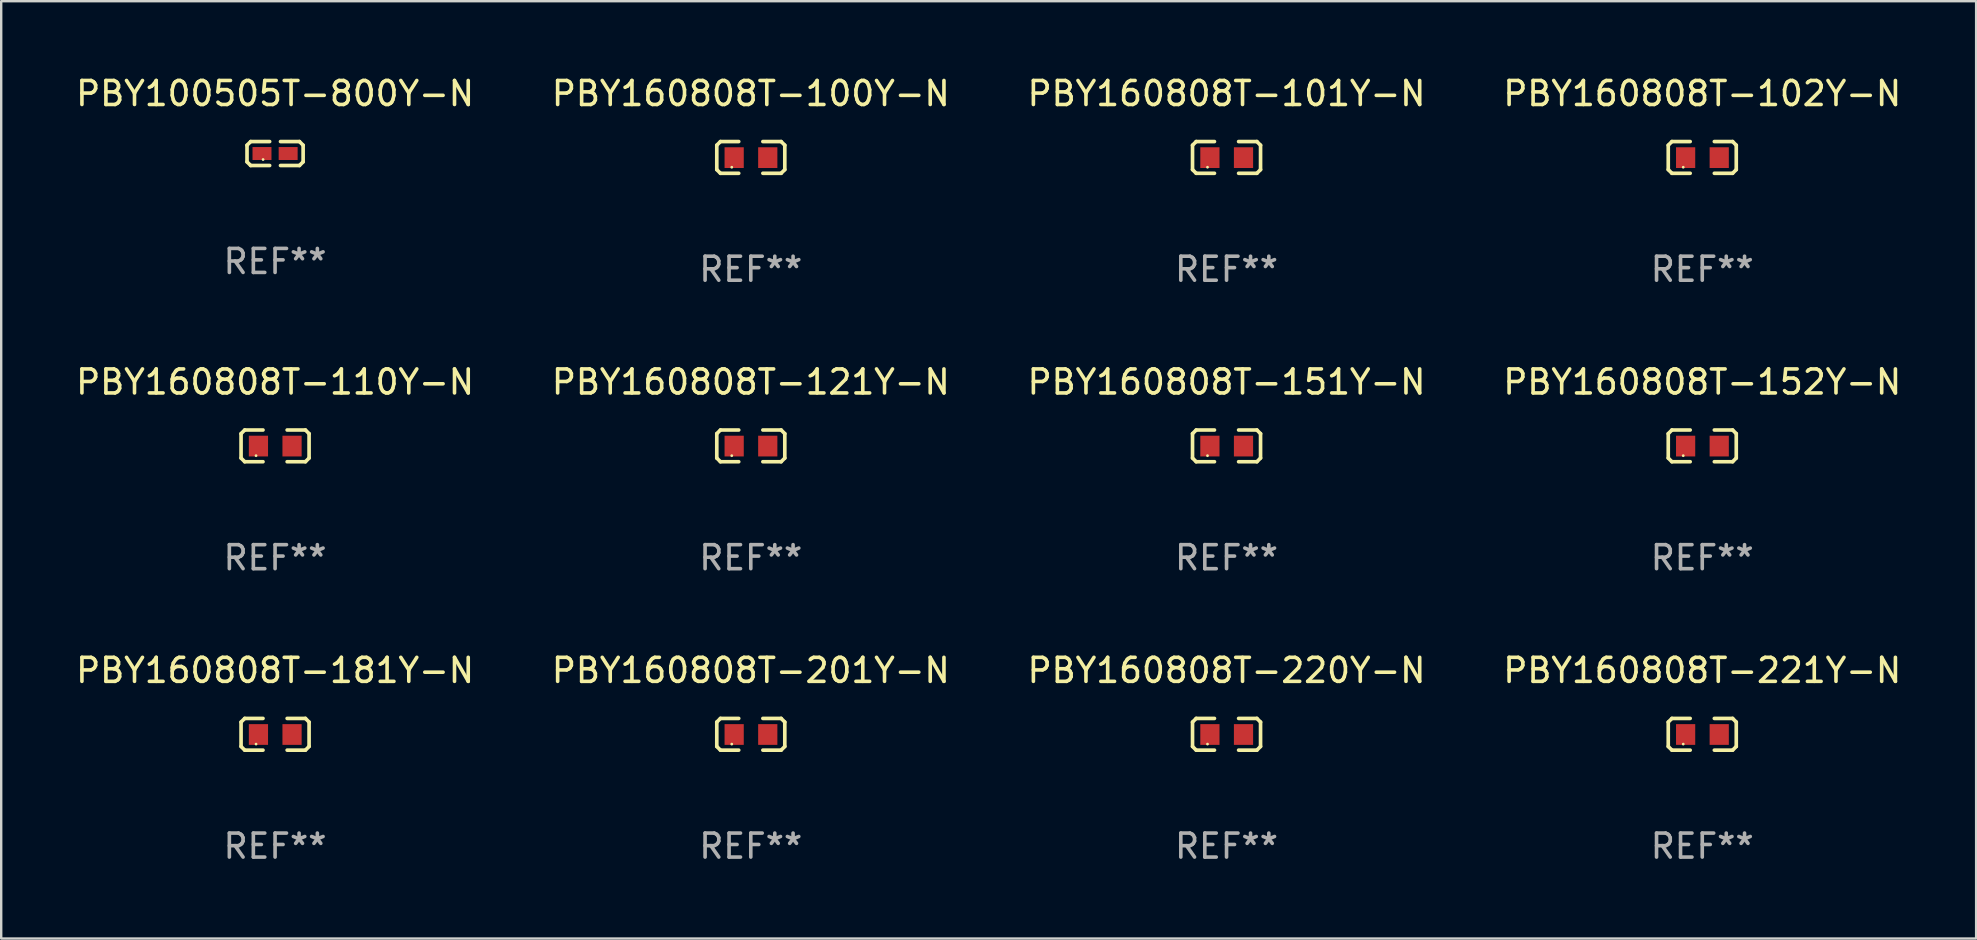
<source format=kicad_pcb>
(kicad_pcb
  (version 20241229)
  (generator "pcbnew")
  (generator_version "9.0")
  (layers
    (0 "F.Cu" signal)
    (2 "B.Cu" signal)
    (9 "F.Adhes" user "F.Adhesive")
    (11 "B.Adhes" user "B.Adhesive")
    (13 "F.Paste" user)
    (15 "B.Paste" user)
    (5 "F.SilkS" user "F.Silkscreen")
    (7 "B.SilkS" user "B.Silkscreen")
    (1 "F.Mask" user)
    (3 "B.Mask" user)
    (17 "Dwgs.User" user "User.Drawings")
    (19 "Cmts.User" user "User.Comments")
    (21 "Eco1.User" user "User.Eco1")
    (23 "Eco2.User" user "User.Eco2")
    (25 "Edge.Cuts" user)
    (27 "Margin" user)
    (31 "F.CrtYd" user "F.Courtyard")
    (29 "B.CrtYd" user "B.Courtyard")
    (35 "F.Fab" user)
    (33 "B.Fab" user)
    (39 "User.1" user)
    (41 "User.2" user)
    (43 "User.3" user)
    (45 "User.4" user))
  (footprint "PBY160808T-110Y-N"
    (layer "F.Cu")
    (at 8.411 15.527)
    (property "Reference" "PBY160808T-110Y-N" (at 0 -2.661 0) (layer "F.SilkS") (effects (font (size 1 1) (thickness 0.15))))
    (attr through_hole)
    (fp_line (start -1.417 -0.508) (end -1.265 -0.661) (stroke (width 0.152) (type solid)) (layer "F.SilkS"))
    (fp_line (start -1.417 0.508) (end -1.417 -0.508) (stroke (width 0.152) (type solid)) (layer "F.SilkS"))
    (fp_line (start -1.265 -0.661) (end -0.503 -0.661) (stroke (width 0.152) (type solid)) (layer "F.SilkS"))
    (fp_line (start -1.265 0.661) (end -1.417 0.508) (stroke (width 0.152) (type solid)) (layer "F.SilkS"))
    (fp_line (start -1.265 0.661) (end -0.503 0.661) (stroke (width 0.152) (type solid)) (layer "F.SilkS"))
    (fp_line (start 1.265 -0.661) (end 0.503 -0.661) (stroke (width 0.152) (type solid)) (layer "F.SilkS"))
    (fp_line (start 1.265 -0.661) (end 1.417 -0.508) (stroke (width 0.152) (type solid)) (layer "F.SilkS"))
    (fp_line (start 1.265 0.661) (end 0.503 0.661) (stroke (width 0.152) (type solid)) (layer "F.SilkS"))
    (fp_line (start 1.417 -0.508) (end 1.417 0.508) (stroke (width 0.152) (type solid)) (layer "F.SilkS"))
    (fp_line (start 1.417 0.508) (end 1.265 0.661) (stroke (width 0.152) (type solid)) (layer "F.SilkS"))
    (fp_circle (center -0.793 0.409) (end -0.763 0.409) (stroke (width 0.06) (type solid)) (fill no) (layer "F.SilkS"))
    (fp_text user "REF**" (at 0 4.661 0) (layer "F.Fab") (effects (font (size 1 1) (thickness 0.15))))
    (pad "1" smd rect (at -0.693 0.009 180) (size 0.8 0.864) (layers "F.Cu" "F.Mask" "F.Paste"))
    (pad "2" smd rect (at 0.707 0.009 180) (size 0.8 0.864) (layers "F.Cu" "F.Mask" "F.Paste")))
  (footprint "PBY160808T-220Y-N"
    (layer "F.Cu")
    (at 48.054 27.544)
    (property "Reference" "PBY160808T-220Y-N" (at 0 -2.661 0) (layer "F.SilkS") (effects (font (size 1 1) (thickness 0.15))))
    (attr through_hole)
    (fp_line (start -1.417 -0.508) (end -1.265 -0.661) (stroke (width 0.152) (type solid)) (layer "F.SilkS"))
    (fp_line (start -1.417 0.508) (end -1.417 -0.508) (stroke (width 0.152) (type solid)) (layer "F.SilkS"))
    (fp_line (start -1.265 -0.661) (end -0.503 -0.661) (stroke (width 0.152) (type solid)) (layer "F.SilkS"))
    (fp_line (start -1.265 0.661) (end -1.417 0.508) (stroke (width 0.152) (type solid)) (layer "F.SilkS"))
    (fp_line (start -1.265 0.661) (end -0.503 0.661) (stroke (width 0.152) (type solid)) (layer "F.SilkS"))
    (fp_line (start 1.265 -0.661) (end 0.503 -0.661) (stroke (width 0.152) (type solid)) (layer "F.SilkS"))
    (fp_line (start 1.265 -0.661) (end 1.417 -0.508) (stroke (width 0.152) (type solid)) (layer "F.SilkS"))
    (fp_line (start 1.265 0.661) (end 0.503 0.661) (stroke (width 0.152) (type solid)) (layer "F.SilkS"))
    (fp_line (start 1.417 -0.508) (end 1.417 0.508) (stroke (width 0.152) (type solid)) (layer "F.SilkS"))
    (fp_line (start 1.417 0.508) (end 1.265 0.661) (stroke (width 0.152) (type solid)) (layer "F.SilkS"))
    (fp_circle (center -0.793 0.409) (end -0.763 0.409) (stroke (width 0.06) (type solid)) (fill no) (layer "F.SilkS"))
    (fp_text user "REF**" (at 0 4.661 0) (layer "F.Fab") (effects (font (size 1 1) (thickness 0.15))))
    (pad "1" smd rect (at -0.693 0.009 180) (size 0.8 0.864) (layers "F.Cu" "F.Mask" "F.Paste"))
    (pad "2" smd rect (at 0.707 0.009 180) (size 0.8 0.864) (layers "F.Cu" "F.Mask" "F.Paste")))
  (footprint "PBY160808T-151Y-N"
    (layer "F.Cu")
    (at 48.054 15.527)
    (property "Reference" "PBY160808T-151Y-N" (at 0 -2.661 0) (layer "F.SilkS") (effects (font (size 1 1) (thickness 0.15))))
    (attr through_hole)
    (fp_line (start -1.417 -0.508) (end -1.265 -0.661) (stroke (width 0.152) (type solid)) (layer "F.SilkS"))
    (fp_line (start -1.417 0.508) (end -1.417 -0.508) (stroke (width 0.152) (type solid)) (layer "F.SilkS"))
    (fp_line (start -1.265 -0.661) (end -0.503 -0.661) (stroke (width 0.152) (type solid)) (layer "F.SilkS"))
    (fp_line (start -1.265 0.661) (end -1.417 0.508) (stroke (width 0.152) (type solid)) (layer "F.SilkS"))
    (fp_line (start -1.265 0.661) (end -0.503 0.661) (stroke (width 0.152) (type solid)) (layer "F.SilkS"))
    (fp_line (start 1.265 -0.661) (end 0.503 -0.661) (stroke (width 0.152) (type solid)) (layer "F.SilkS"))
    (fp_line (start 1.265 -0.661) (end 1.417 -0.508) (stroke (width 0.152) (type solid)) (layer "F.SilkS"))
    (fp_line (start 1.265 0.661) (end 0.503 0.661) (stroke (width 0.152) (type solid)) (layer "F.SilkS"))
    (fp_line (start 1.417 -0.508) (end 1.417 0.508) (stroke (width 0.152) (type solid)) (layer "F.SilkS"))
    (fp_line (start 1.417 0.508) (end 1.265 0.661) (stroke (width 0.152) (type solid)) (layer "F.SilkS"))
    (fp_circle (center -0.793 0.409) (end -0.763 0.409) (stroke (width 0.06) (type solid)) (fill no) (layer "F.SilkS"))
    (fp_text user "REF**" (at 0 4.661 0) (layer "F.Fab") (effects (font (size 1 1) (thickness 0.15))))
    (pad "1" smd rect (at -0.693 0.009 180) (size 0.8 0.864) (layers "F.Cu" "F.Mask" "F.Paste"))
    (pad "2" smd rect (at 0.707 0.009 180) (size 0.8 0.864) (layers "F.Cu" "F.Mask" "F.Paste")))
  (footprint "PBY160808T-181Y-N"
    (layer "F.Cu")
    (at 8.411 27.544)
    (property "Reference" "PBY160808T-181Y-N" (at 0 -2.661 0) (layer "F.SilkS") (effects (font (size 1 1) (thickness 0.15))))
    (attr through_hole)
    (fp_line (start -1.417 -0.508) (end -1.265 -0.661) (stroke (width 0.152) (type solid)) (layer "F.SilkS"))
    (fp_line (start -1.417 0.508) (end -1.417 -0.508) (stroke (width 0.152) (type solid)) (layer "F.SilkS"))
    (fp_line (start -1.265 -0.661) (end -0.503 -0.661) (stroke (width 0.152) (type solid)) (layer "F.SilkS"))
    (fp_line (start -1.265 0.661) (end -1.417 0.508) (stroke (width 0.152) (type solid)) (layer "F.SilkS"))
    (fp_line (start -1.265 0.661) (end -0.503 0.661) (stroke (width 0.152) (type solid)) (layer "F.SilkS"))
    (fp_line (start 1.265 -0.661) (end 0.503 -0.661) (stroke (width 0.152) (type solid)) (layer "F.SilkS"))
    (fp_line (start 1.265 -0.661) (end 1.417 -0.508) (stroke (width 0.152) (type solid)) (layer "F.SilkS"))
    (fp_line (start 1.265 0.661) (end 0.503 0.661) (stroke (width 0.152) (type solid)) (layer "F.SilkS"))
    (fp_line (start 1.417 -0.508) (end 1.417 0.508) (stroke (width 0.152) (type solid)) (layer "F.SilkS"))
    (fp_line (start 1.417 0.508) (end 1.265 0.661) (stroke (width 0.152) (type solid)) (layer "F.SilkS"))
    (fp_circle (center -0.793 0.409) (end -0.763 0.409) (stroke (width 0.06) (type solid)) (fill no) (layer "F.SilkS"))
    (fp_text user "REF**" (at 0 4.661 0) (layer "F.Fab") (effects (font (size 1 1) (thickness 0.15))))
    (pad "1" smd rect (at -0.693 0.009 180) (size 0.8 0.864) (layers "F.Cu" "F.Mask" "F.Paste"))
    (pad "2" smd rect (at 0.707 0.009 180) (size 0.8 0.864) (layers "F.Cu" "F.Mask" "F.Paste")))
  (footprint "PBY160808T-152Y-N"
    (layer "F.Cu")
    (at 67.875 15.527)
    (property "Reference" "PBY160808T-152Y-N" (at 0 -2.661 0) (layer "F.SilkS") (effects (font (size 1 1) (thickness 0.15))))
    (attr through_hole)
    (fp_line (start -1.417 -0.508) (end -1.265 -0.661) (stroke (width 0.152) (type solid)) (layer "F.SilkS"))
    (fp_line (start -1.417 0.508) (end -1.417 -0.508) (stroke (width 0.152) (type solid)) (layer "F.SilkS"))
    (fp_line (start -1.265 -0.661) (end -0.503 -0.661) (stroke (width 0.152) (type solid)) (layer "F.SilkS"))
    (fp_line (start -1.265 0.661) (end -1.417 0.508) (stroke (width 0.152) (type solid)) (layer "F.SilkS"))
    (fp_line (start -1.265 0.661) (end -0.503 0.661) (stroke (width 0.152) (type solid)) (layer "F.SilkS"))
    (fp_line (start 1.265 -0.661) (end 0.503 -0.661) (stroke (width 0.152) (type solid)) (layer "F.SilkS"))
    (fp_line (start 1.265 -0.661) (end 1.417 -0.508) (stroke (width 0.152) (type solid)) (layer "F.SilkS"))
    (fp_line (start 1.265 0.661) (end 0.503 0.661) (stroke (width 0.152) (type solid)) (layer "F.SilkS"))
    (fp_line (start 1.417 -0.508) (end 1.417 0.508) (stroke (width 0.152) (type solid)) (layer "F.SilkS"))
    (fp_line (start 1.417 0.508) (end 1.265 0.661) (stroke (width 0.152) (type solid)) (layer "F.SilkS"))
    (fp_circle (center -0.793 0.409) (end -0.763 0.409) (stroke (width 0.06) (type solid)) (fill no) (layer "F.SilkS"))
    (fp_text user "REF**" (at 0 4.661 0) (layer "F.Fab") (effects (font (size 1 1) (thickness 0.15))))
    (pad "1" smd rect (at -0.693 0.009 180) (size 0.8 0.864) (layers "F.Cu" "F.Mask" "F.Paste"))
    (pad "2" smd rect (at 0.707 0.009 180) (size 0.8 0.864) (layers "F.Cu" "F.Mask" "F.Paste")))
  (footprint "PBY100505T-800Y-N"
    (layer "F.Cu")
    (at 8.411 3.347)
    (property "Reference" "PBY100505T-800Y-N" (at 0 -2.499 0) (layer "F.SilkS") (effects (font (size 1 1) (thickness 0.15))))
    (attr through_hole)
    (fp_line (start -1.169 -0.346) (end -1.016 -0.499) (stroke (width 0.152) (type solid)) (layer "F.SilkS"))
    (fp_line (start -1.169 0.346) (end -1.169 -0.346) (stroke (width 0.152) (type solid)) (layer "F.SilkS"))
    (fp_line (start -1.016 -0.499) (end -0.226 -0.499) (stroke (width 0.152) (type solid)) (layer "F.SilkS"))
    (fp_line (start -1.016 0.499) (end -1.169 0.346) (stroke (width 0.152) (type solid)) (layer "F.SilkS"))
    (fp_line (start -0.226 0.499) (end -1.016 0.499) (stroke (width 0.152) (type solid)) (layer "F.SilkS"))
    (fp_line (start 0.226 0.499) (end 1.016 0.499) (stroke (width 0.152) (type solid)) (layer "F.SilkS"))
    (fp_line (start 1.016 -0.499) (end 0.226 -0.499) (stroke (width 0.152) (type solid)) (layer "F.SilkS"))
    (fp_line (start 1.016 0.499) (end 1.169 0.346) (stroke (width 0.152) (type solid)) (layer "F.SilkS"))
    (fp_line (start 1.169 -0.346) (end 1.016 -0.499) (stroke (width 0.152) (type solid)) (layer "F.SilkS"))
    (fp_line (start 1.169 0.346) (end 1.169 -0.346) (stroke (width 0.152) (type solid)) (layer "F.SilkS"))
    (fp_circle (center -0.5 0.25) (end -0.47 0.25) (stroke (width 0.06) (type solid)) (fill no) (layer "F.SilkS"))
    (fp_text user "REF**" (at 0 4.499 0) (layer "F.Fab") (effects (font (size 1 1) (thickness 0.15))))
    (pad "1" smd rect (at -0.545 0) (size 0.79 0.54) (layers "F.Cu" "F.Mask" "F.Paste"))
    (pad "2" smd rect (at 0.545 0) (size 0.79 0.54) (layers "F.Cu" "F.Mask" "F.Paste")))
  (footprint "PBY160808T-121Y-N"
    (layer "F.Cu")
    (at 28.232 15.527)
    (property "Reference" "PBY160808T-121Y-N" (at 0 -2.661 0) (layer "F.SilkS") (effects (font (size 1 1) (thickness 0.15))))
    (attr through_hole)
    (fp_line (start -1.417 -0.508) (end -1.265 -0.661) (stroke (width 0.152) (type solid)) (layer "F.SilkS"))
    (fp_line (start -1.417 0.508) (end -1.417 -0.508) (stroke (width 0.152) (type solid)) (layer "F.SilkS"))
    (fp_line (start -1.265 -0.661) (end -0.503 -0.661) (stroke (width 0.152) (type solid)) (layer "F.SilkS"))
    (fp_line (start -1.265 0.661) (end -1.417 0.508) (stroke (width 0.152) (type solid)) (layer "F.SilkS"))
    (fp_line (start -1.265 0.661) (end -0.503 0.661) (stroke (width 0.152) (type solid)) (layer "F.SilkS"))
    (fp_line (start 1.265 -0.661) (end 0.503 -0.661) (stroke (width 0.152) (type solid)) (layer "F.SilkS"))
    (fp_line (start 1.265 -0.661) (end 1.417 -0.508) (stroke (width 0.152) (type solid)) (layer "F.SilkS"))
    (fp_line (start 1.265 0.661) (end 0.503 0.661) (stroke (width 0.152) (type solid)) (layer "F.SilkS"))
    (fp_line (start 1.417 -0.508) (end 1.417 0.508) (stroke (width 0.152) (type solid)) (layer "F.SilkS"))
    (fp_line (start 1.417 0.508) (end 1.265 0.661) (stroke (width 0.152) (type solid)) (layer "F.SilkS"))
    (fp_circle (center -0.793 0.409) (end -0.763 0.409) (stroke (width 0.06) (type solid)) (fill no) (layer "F.SilkS"))
    (fp_text user "REF**" (at 0 4.661 0) (layer "F.Fab") (effects (font (size 1 1) (thickness 0.15))))
    (pad "1" smd rect (at -0.693 0.009 180) (size 0.8 0.864) (layers "F.Cu" "F.Mask" "F.Paste"))
    (pad "2" smd rect (at 0.707 0.009 180) (size 0.8 0.864) (layers "F.Cu" "F.Mask" "F.Paste")))
  (footprint "PBY160808T-221Y-N"
    (layer "F.Cu")
    (at 67.875 27.544)
    (property "Reference" "PBY160808T-221Y-N" (at 0 -2.661 0) (layer "F.SilkS") (effects (font (size 1 1) (thickness 0.15))))
    (attr through_hole)
    (fp_line (start -1.417 -0.508) (end -1.265 -0.661) (stroke (width 0.152) (type solid)) (layer "F.SilkS"))
    (fp_line (start -1.417 0.508) (end -1.417 -0.508) (stroke (width 0.152) (type solid)) (layer "F.SilkS"))
    (fp_line (start -1.265 -0.661) (end -0.503 -0.661) (stroke (width 0.152) (type solid)) (layer "F.SilkS"))
    (fp_line (start -1.265 0.661) (end -1.417 0.508) (stroke (width 0.152) (type solid)) (layer "F.SilkS"))
    (fp_line (start -1.265 0.661) (end -0.503 0.661) (stroke (width 0.152) (type solid)) (layer "F.SilkS"))
    (fp_line (start 1.265 -0.661) (end 0.503 -0.661) (stroke (width 0.152) (type solid)) (layer "F.SilkS"))
    (fp_line (start 1.265 -0.661) (end 1.417 -0.508) (stroke (width 0.152) (type solid)) (layer "F.SilkS"))
    (fp_line (start 1.265 0.661) (end 0.503 0.661) (stroke (width 0.152) (type solid)) (layer "F.SilkS"))
    (fp_line (start 1.417 -0.508) (end 1.417 0.508) (stroke (width 0.152) (type solid)) (layer "F.SilkS"))
    (fp_line (start 1.417 0.508) (end 1.265 0.661) (stroke (width 0.152) (type solid)) (layer "F.SilkS"))
    (fp_circle (center -0.793 0.409) (end -0.763 0.409) (stroke (width 0.06) (type solid)) (fill no) (layer "F.SilkS"))
    (fp_text user "REF**" (at 0 4.661 0) (layer "F.Fab") (effects (font (size 1 1) (thickness 0.15))))
    (pad "1" smd rect (at -0.693 0.009 180) (size 0.8 0.864) (layers "F.Cu" "F.Mask" "F.Paste"))
    (pad "2" smd rect (at 0.707 0.009 180) (size 0.8 0.864) (layers "F.Cu" "F.Mask" "F.Paste")))
  (footprint "PBY160808T-101Y-N"
    (layer "F.Cu")
    (at 48.054 3.509)
    (property "Reference" "PBY160808T-101Y-N" (at 0 -2.661 0) (layer "F.SilkS") (effects (font (size 1 1) (thickness 0.15))))
    (attr through_hole)
    (fp_line (start -1.417 -0.508) (end -1.265 -0.661) (stroke (width 0.152) (type solid)) (layer "F.SilkS"))
    (fp_line (start -1.417 0.508) (end -1.417 -0.508) (stroke (width 0.152) (type solid)) (layer "F.SilkS"))
    (fp_line (start -1.265 -0.661) (end -0.503 -0.661) (stroke (width 0.152) (type solid)) (layer "F.SilkS"))
    (fp_line (start -1.265 0.661) (end -1.417 0.508) (stroke (width 0.152) (type solid)) (layer "F.SilkS"))
    (fp_line (start -1.265 0.661) (end -0.503 0.661) (stroke (width 0.152) (type solid)) (layer "F.SilkS"))
    (fp_line (start 1.265 -0.661) (end 0.503 -0.661) (stroke (width 0.152) (type solid)) (layer "F.SilkS"))
    (fp_line (start 1.265 -0.661) (end 1.417 -0.508) (stroke (width 0.152) (type solid)) (layer "F.SilkS"))
    (fp_line (start 1.265 0.661) (end 0.503 0.661) (stroke (width 0.152) (type solid)) (layer "F.SilkS"))
    (fp_line (start 1.417 -0.508) (end 1.417 0.508) (stroke (width 0.152) (type solid)) (layer "F.SilkS"))
    (fp_line (start 1.417 0.508) (end 1.265 0.661) (stroke (width 0.152) (type solid)) (layer "F.SilkS"))
    (fp_circle (center -0.793 0.409) (end -0.763 0.409) (stroke (width 0.06) (type solid)) (fill no) (layer "F.SilkS"))
    (fp_text user "REF**" (at 0 4.661 0) (layer "F.Fab") (effects (font (size 1 1) (thickness 0.15))))
    (pad "1" smd rect (at -0.693 0.009 180) (size 0.8 0.864) (layers "F.Cu" "F.Mask" "F.Paste"))
    (pad "2" smd rect (at 0.707 0.009 180) (size 0.8 0.864) (layers "F.Cu" "F.Mask" "F.Paste")))
  (footprint "PBY160808T-100Y-N"
    (layer "F.Cu")
    (at 28.232 3.509)
    (property "Reference" "PBY160808T-100Y-N" (at 0 -2.661 0) (layer "F.SilkS") (effects (font (size 1 1) (thickness 0.15))))
    (attr through_hole)
    (fp_line (start -1.417 -0.508) (end -1.265 -0.661) (stroke (width 0.152) (type solid)) (layer "F.SilkS"))
    (fp_line (start -1.417 0.508) (end -1.417 -0.508) (stroke (width 0.152) (type solid)) (layer "F.SilkS"))
    (fp_line (start -1.265 -0.661) (end -0.503 -0.661) (stroke (width 0.152) (type solid)) (layer "F.SilkS"))
    (fp_line (start -1.265 0.661) (end -1.417 0.508) (stroke (width 0.152) (type solid)) (layer "F.SilkS"))
    (fp_line (start -1.265 0.661) (end -0.503 0.661) (stroke (width 0.152) (type solid)) (layer "F.SilkS"))
    (fp_line (start 1.265 -0.661) (end 0.503 -0.661) (stroke (width 0.152) (type solid)) (layer "F.SilkS"))
    (fp_line (start 1.265 -0.661) (end 1.417 -0.508) (stroke (width 0.152) (type solid)) (layer "F.SilkS"))
    (fp_line (start 1.265 0.661) (end 0.503 0.661) (stroke (width 0.152) (type solid)) (layer "F.SilkS"))
    (fp_line (start 1.417 -0.508) (end 1.417 0.508) (stroke (width 0.152) (type solid)) (layer "F.SilkS"))
    (fp_line (start 1.417 0.508) (end 1.265 0.661) (stroke (width 0.152) (type solid)) (layer "F.SilkS"))
    (fp_circle (center -0.793 0.409) (end -0.763 0.409) (stroke (width 0.06) (type solid)) (fill no) (layer "F.SilkS"))
    (fp_text user "REF**" (at 0 4.661 0) (layer "F.Fab") (effects (font (size 1 1) (thickness 0.15))))
    (pad "1" smd rect (at -0.693 0.009 180) (size 0.8 0.864) (layers "F.Cu" "F.Mask" "F.Paste"))
    (pad "2" smd rect (at 0.707 0.009 180) (size 0.8 0.864) (layers "F.Cu" "F.Mask" "F.Paste")))
  (footprint "PBY160808T-102Y-N"
    (layer "F.Cu")
    (at 67.875 3.509)
    (property "Reference" "PBY160808T-102Y-N" (at 0 -2.661 0) (layer "F.SilkS") (effects (font (size 1 1) (thickness 0.15))))
    (attr through_hole)
    (fp_line (start -1.417 -0.508) (end -1.265 -0.661) (stroke (width 0.152) (type solid)) (layer "F.SilkS"))
    (fp_line (start -1.417 0.508) (end -1.417 -0.508) (stroke (width 0.152) (type solid)) (layer "F.SilkS"))
    (fp_line (start -1.265 -0.661) (end -0.503 -0.661) (stroke (width 0.152) (type solid)) (layer "F.SilkS"))
    (fp_line (start -1.265 0.661) (end -1.417 0.508) (stroke (width 0.152) (type solid)) (layer "F.SilkS"))
    (fp_line (start -1.265 0.661) (end -0.503 0.661) (stroke (width 0.152) (type solid)) (layer "F.SilkS"))
    (fp_line (start 1.265 -0.661) (end 0.503 -0.661) (stroke (width 0.152) (type solid)) (layer "F.SilkS"))
    (fp_line (start 1.265 -0.661) (end 1.417 -0.508) (stroke (width 0.152) (type solid)) (layer "F.SilkS"))
    (fp_line (start 1.265 0.661) (end 0.503 0.661) (stroke (width 0.152) (type solid)) (layer "F.SilkS"))
    (fp_line (start 1.417 -0.508) (end 1.417 0.508) (stroke (width 0.152) (type solid)) (layer "F.SilkS"))
    (fp_line (start 1.417 0.508) (end 1.265 0.661) (stroke (width 0.152) (type solid)) (layer "F.SilkS"))
    (fp_circle (center -0.793 0.409) (end -0.763 0.409) (stroke (width 0.06) (type solid)) (fill no) (layer "F.SilkS"))
    (fp_text user "REF**" (at 0 4.661 0) (layer "F.Fab") (effects (font (size 1 1) (thickness 0.15))))
    (pad "1" smd rect (at -0.693 0.009 180) (size 0.8 0.864) (layers "F.Cu" "F.Mask" "F.Paste"))
    (pad "2" smd rect (at 0.707 0.009 180) (size 0.8 0.864) (layers "F.Cu" "F.Mask" "F.Paste")))
  (footprint "PBY160808T-201Y-N"
    (layer "F.Cu")
    (at 28.232 27.544)
    (property "Reference" "PBY160808T-201Y-N" (at 0 -2.661 0) (layer "F.SilkS") (effects (font (size 1 1) (thickness 0.15))))
    (attr through_hole)
    (fp_line (start -1.417 -0.508) (end -1.265 -0.661) (stroke (width 0.152) (type solid)) (layer "F.SilkS"))
    (fp_line (start -1.417 0.508) (end -1.417 -0.508) (stroke (width 0.152) (type solid)) (layer "F.SilkS"))
    (fp_line (start -1.265 -0.661) (end -0.503 -0.661) (stroke (width 0.152) (type solid)) (layer "F.SilkS"))
    (fp_line (start -1.265 0.661) (end -1.417 0.508) (stroke (width 0.152) (type solid)) (layer "F.SilkS"))
    (fp_line (start -1.265 0.661) (end -0.503 0.661) (stroke (width 0.152) (type solid)) (layer "F.SilkS"))
    (fp_line (start 1.265 -0.661) (end 0.503 -0.661) (stroke (width 0.152) (type solid)) (layer "F.SilkS"))
    (fp_line (start 1.265 -0.661) (end 1.417 -0.508) (stroke (width 0.152) (type solid)) (layer "F.SilkS"))
    (fp_line (start 1.265 0.661) (end 0.503 0.661) (stroke (width 0.152) (type solid)) (layer "F.SilkS"))
    (fp_line (start 1.417 -0.508) (end 1.417 0.508) (stroke (width 0.152) (type solid)) (layer "F.SilkS"))
    (fp_line (start 1.417 0.508) (end 1.265 0.661) (stroke (width 0.152) (type solid)) (layer "F.SilkS"))
    (fp_circle (center -0.793 0.409) (end -0.763 0.409) (stroke (width 0.06) (type solid)) (fill no) (layer "F.SilkS"))
    (fp_text user "REF**" (at 0 4.661 0) (layer "F.Fab") (effects (font (size 1 1) (thickness 0.15))))
    (pad "1" smd rect (at -0.693 0.009 180) (size 0.8 0.864) (layers "F.Cu" "F.Mask" "F.Paste"))
    (pad "2" smd rect (at 0.707 0.009 180) (size 0.8 0.864) (layers "F.Cu" "F.Mask" "F.Paste")))
  (gr_rect
    (start -3 -3)
    (end 79.286 36.053)
    (stroke (width 0.1) (type default))
    (fill no)
    (layer "Edge.Cuts")))
</source>
